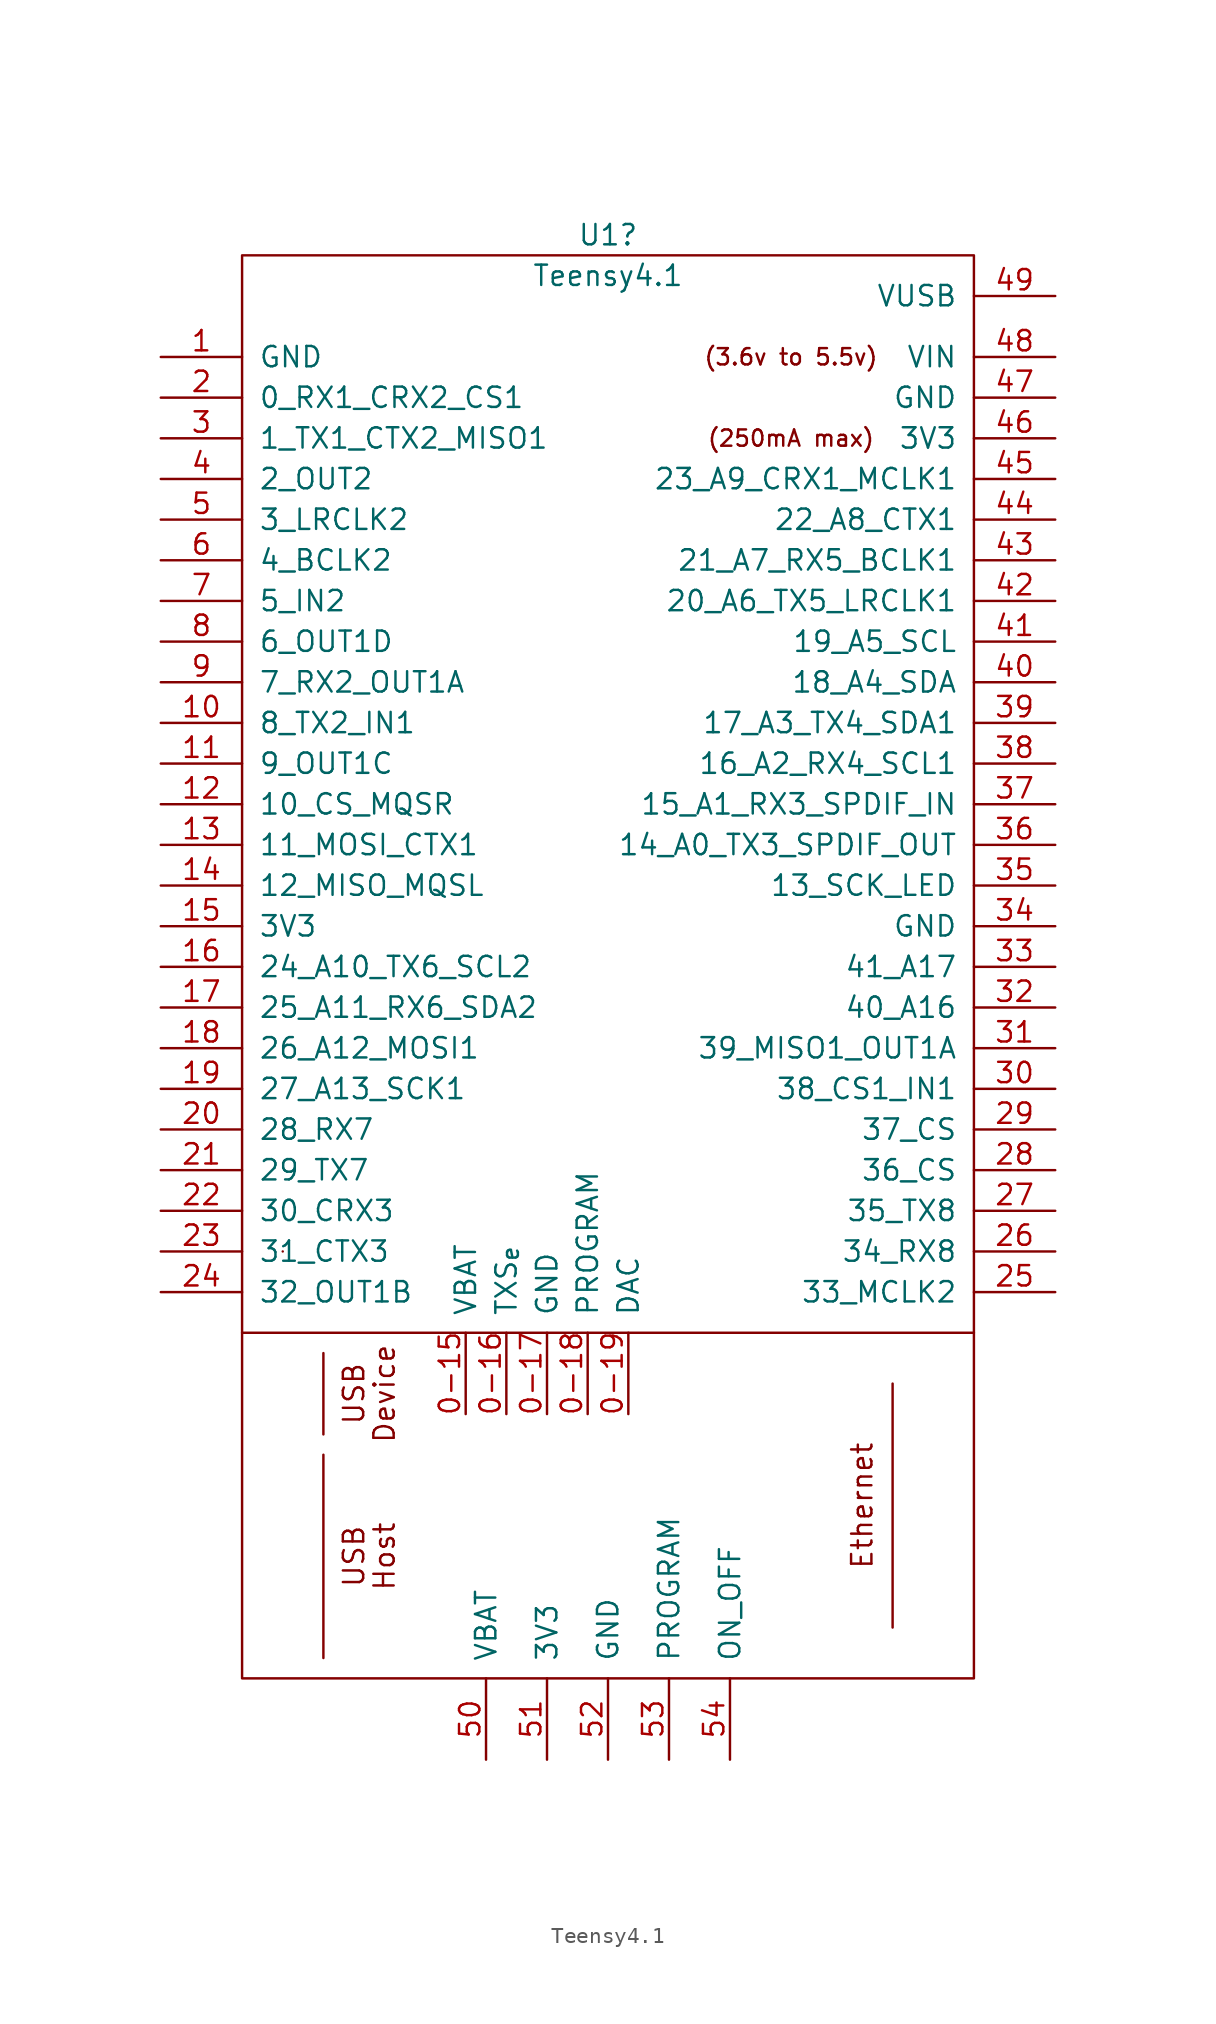
<source format=kicad_sym>
(kicad_symbol_lib
  (version 20211014)
  (generator kicad_symbol_editor)
  (symbol "Teensy4.1"
    (pin_names
      (offset 1.016))
    (property "Reference" "U1"
      (at 0 62.23 0)
      (effects (font (size 1.27 1.27))))
    (property "Value" "Teensy4.1"
      (at 0 59.69 0)
      (effects (font (size 1.27 1.27))))
    (symbol "Teensy4.1_0_0"
      (polyline (pts (xy -22.86 -6.35) (xy 22.86 -6.35)) (stroke (width 0) (type default) (color 0 0 0 0)) (fill (type none)))
      (polyline (pts (xy -17.78 -26.67) (xy -17.78 -13.97)) (stroke (width 0) (type default) (color 0 0 0 0)) (fill (type none)))
      (polyline (pts (xy -17.78 -7.62) (xy -17.78 -12.7)) (stroke (width 0) (type default) (color 0 0 0 0)) (fill (type none)))
      (polyline (pts (xy 17.78 -9.525) (xy 17.78 -24.765)) (stroke (width 0) (type default) (color 0 0 0 0)) (fill (type none)))
      (text "(250mA max)" (at 11.43 49.53 0) (effects (font (size 1.016 1.016))))
      (text "(3.6v to 5.5v)" (at 11.43 54.61 0) (effects (font (size 1.016 1.016))))
      (text "Device" (at -13.97 -10.16 900) (effects (font (size 1.27 1.27))))
      (text "Ethernet" (at 15.875 -17.145 900) (effects (font (size 1.27 1.27))))
      (text "Host" (at -13.97 -20.32 900) (effects (font (size 1.27 1.27))))
      (text "USB" (at -15.875 -20.32 900) (effects (font (size 1.27 1.27))))
      (text "USB" (at -15.875 -10.16 900) (effects (font (size 1.27 1.27))))
      (pin bidirectional line (at -8.89 -11.43 90) (length 5.08) (name "VBAT" (effects (font (size 1.27 1.27)))) (number "0-15" (effects (font (size 1.27 1.27)))))
      (pin bidirectional line (at -6.35 -11.43 90) (length 5.08) (name "TXS_{e}" (effects (font (size 1.27 1.27)))) (number "0-16" (effects (font (size 1.27 1.27)))))
      (pin bidirectional line (at -3.81 -11.43 90) (length 5.08) (name "GND" (effects (font (size 1.27 1.27)))) (number "0-17" (effects (font (size 1.27 1.27)))))
      (pin bidirectional line (at -1.27 -11.43 90) (length 5.08) (name "PROGRAM" (effects (font (size 1.27 1.27)))) (number "0-18" (effects (font (size 1.27 1.27)))))
      (pin bidirectional line (at 1.27 -11.43 90) (length 5.08) (name "DAC" (effects (font (size 1.27 1.27)))) (number "0-19" (effects (font (size 1.27 1.27)))))
      (pin bidirectional line (at -27.94 31.75 0) (length 5.08) (name "8_TX2_IN1" (effects (font (size 1.27 1.27)))) (number "10" (effects (font (size 1.27 1.27)))))
      (pin bidirectional line (at -27.94 29.21 0) (length 5.08) (name "9_OUT1C" (effects (font (size 1.27 1.27)))) (number "11" (effects (font (size 1.27 1.27)))))
      (pin bidirectional line (at -27.94 26.67 0) (length 5.08) (name "10_CS_MQSR" (effects (font (size 1.27 1.27)))) (number "12" (effects (font (size 1.27 1.27)))))
      (pin bidirectional line (at -27.94 24.13 0) (length 5.08) (name "11_MOSI_CTX1" (effects (font (size 1.27 1.27)))) (number "13" (effects (font (size 1.27 1.27)))))
      (pin bidirectional line (at -27.94 21.59 0) (length 5.08) (name "12_MISO_MQSL" (effects (font (size 1.27 1.27)))) (number "14" (effects (font (size 1.27 1.27)))))
      (pin power_in line (at -27.94 19.05 0) (length 5.08) (name "3V3" (effects (font (size 1.27 1.27)))) (number "15" (effects (font (size 1.27 1.27)))))
      (pin bidirectional line (at -27.94 16.51 0) (length 5.08) (name "24_A10_TX6_SCL2" (effects (font (size 1.27 1.27)))) (number "16" (effects (font (size 1.27 1.27)))))
      (pin bidirectional line (at -27.94 13.97 0) (length 5.08) (name "25_A11_RX6_SDA2" (effects (font (size 1.27 1.27)))) (number "17" (effects (font (size 1.27 1.27)))))
      (pin bidirectional line (at -27.94 11.43 0) (length 5.08) (name "26_A12_MOSI1" (effects (font (size 1.27 1.27)))) (number "18" (effects (font (size 1.27 1.27)))))
      (pin bidirectional line (at -27.94 8.89 0) (length 5.08) (name "27_A13_SCK1" (effects (font (size 1.27 1.27)))) (number "19" (effects (font (size 1.27 1.27)))))
      (pin bidirectional line (at -27.94 6.35 0) (length 5.08) (name "28_RX7" (effects (font (size 1.27 1.27)))) (number "20" (effects (font (size 1.27 1.27)))))
      (pin bidirectional line (at -27.94 3.81 0) (length 5.08) (name "29_TX7" (effects (font (size 1.27 1.27)))) (number "21" (effects (font (size 1.27 1.27)))))
      (pin bidirectional line (at -27.94 1.27 0) (length 5.08) (name "30_CRX3" (effects (font (size 1.27 1.27)))) (number "22" (effects (font (size 1.27 1.27)))))
      (pin bidirectional line (at -27.94 -1.27 0) (length 5.08) (name "31_CTX3" (effects (font (size 1.27 1.27)))) (number "23" (effects (font (size 1.27 1.27)))))
      (pin bidirectional line (at -27.94 -3.81 0) (length 5.08) (name "32_OUT1B" (effects (font (size 1.27 1.27)))) (number "24" (effects (font (size 1.27 1.27)))))
      (pin bidirectional line (at 27.94 -3.81 180) (length 5.08) (name "33_MCLK2" (effects (font (size 1.27 1.27)))) (number "25" (effects (font (size 1.27 1.27)))))
      (pin bidirectional line (at 27.94 -1.27 180) (length 5.08) (name "34_RX8" (effects (font (size 1.27 1.27)))) (number "26" (effects (font (size 1.27 1.27)))))
      (pin bidirectional line (at 27.94 1.27 180) (length 5.08) (name "35_TX8" (effects (font (size 1.27 1.27)))) (number "27" (effects (font (size 1.27 1.27)))))
      (pin bidirectional line (at 27.94 3.81 180) (length 5.08) (name "36_CS" (effects (font (size 1.27 1.27)))) (number "28" (effects (font (size 1.27 1.27)))))
      (pin bidirectional line (at 27.94 6.35 180) (length 5.08) (name "37_CS" (effects (font (size 1.27 1.27)))) (number "29" (effects (font (size 1.27 1.27)))))
      (pin bidirectional line (at 27.94 8.89 180) (length 5.08) (name "38_CS1_IN1" (effects (font (size 1.27 1.27)))) (number "30" (effects (font (size 1.27 1.27)))))
      (pin bidirectional line (at 27.94 11.43 180) (length 5.08) (name "39_MISO1_OUT1A" (effects (font (size 1.27 1.27)))) (number "31" (effects (font (size 1.27 1.27)))))
      (pin bidirectional line (at 27.94 13.97 180) (length 5.08) (name "40_A16" (effects (font (size 1.27 1.27)))) (number "32" (effects (font (size 1.27 1.27)))))
      (pin bidirectional line (at 27.94 16.51 180) (length 5.08) (name "41_A17" (effects (font (size 1.27 1.27)))) (number "33" (effects (font (size 1.27 1.27)))))
      (pin bidirectional line (at 27.94 21.59 180) (length 5.08) (name "13_SCK_LED" (effects (font (size 1.27 1.27)))) (number "35" (effects (font (size 1.27 1.27)))))
      (pin bidirectional line (at 27.94 24.13 180) (length 5.08) (name "14_A0_TX3_SPDIF_OUT" (effects (font (size 1.27 1.27)))) (number "36" (effects (font (size 1.27 1.27)))))
      (pin bidirectional line (at 27.94 26.67 180) (length 5.08) (name "15_A1_RX3_SPDIF_IN" (effects (font (size 1.27 1.27)))) (number "37" (effects (font (size 1.27 1.27)))))
      (pin bidirectional line (at 27.94 29.21 180) (length 5.08) (name "16_A2_RX4_SCL1" (effects (font (size 1.27 1.27)))) (number "38" (effects (font (size 1.27 1.27)))))
      (pin bidirectional line (at 27.94 31.75 180) (length 5.08) (name "17_A3_TX4_SDA1" (effects (font (size 1.27 1.27)))) (number "39" (effects (font (size 1.27 1.27)))))
      (pin bidirectional line (at 27.94 34.29 180) (length 5.08) (name "18_A4_SDA" (effects (font (size 1.27 1.27)))) (number "40" (effects (font (size 1.27 1.27)))))
      (pin bidirectional line (at 27.94 36.83 180) (length 5.08) (name "19_A5_SCL" (effects (font (size 1.27 1.27)))) (number "41" (effects (font (size 1.27 1.27)))))
      (pin bidirectional line (at 27.94 39.37 180) (length 5.08) (name "20_A6_TX5_LRCLK1" (effects (font (size 1.27 1.27)))) (number "42" (effects (font (size 1.27 1.27)))))
      (pin bidirectional line (at 27.94 41.91 180) (length 5.08) (name "21_A7_RX5_BCLK1" (effects (font (size 1.27 1.27)))) (number "43" (effects (font (size 1.27 1.27)))))
      (pin bidirectional line (at 27.94 44.45 180) (length 5.08) (name "22_A8_CTX1" (effects (font (size 1.27 1.27)))) (number "44" (effects (font (size 1.27 1.27)))))
      (pin bidirectional line (at 27.94 46.99 180) (length 5.08) (name "23_A9_CRX1_MCLK1" (effects (font (size 1.27 1.27)))) (number "45" (effects (font (size 1.27 1.27)))))
      (pin output line (at 27.94 49.53 180) (length 5.08) (name "3V3" (effects (font (size 1.27 1.27)))) (number "46" (effects (font (size 1.27 1.27)))))
      (pin output line (at 27.94 52.07 180) (length 5.08) (name "GND" (effects (font (size 1.27 1.27)))) (number "47" (effects (font (size 1.27 1.27)))))
      (pin power_in line (at 27.94 54.61 180) (length 5.08) (name "VIN" (effects (font (size 1.27 1.27)))) (number "48" (effects (font (size 1.27 1.27)))))
      (pin power_out line (at 27.94 58.42 180) (length 5.08) (name "VUSB" (effects (font (size 1.27 1.27)))) (number "49" (effects (font (size 1.27 1.27)))))
      (pin bidirectional line (at -27.94 44.45 0) (length 5.08) (name "3_LRCLK2" (effects (font (size 1.27 1.27)))) (number "5" (effects (font (size 1.27 1.27)))))
      (pin power_in line (at -7.62 -33.02 90) (length 5.08) (name "VBAT" (effects (font (size 1.27 1.27)))) (number "50" (effects (font (size 1.27 1.27)))))
      (pin power_in line (at -3.81 -33.02 90) (length 5.08) (name "3V3" (effects (font (size 1.27 1.27)))) (number "51" (effects (font (size 1.27 1.27)))))
      (pin input line (at 0 -33.02 90) (length 5.08) (name "GND" (effects (font (size 1.27 1.27)))) (number "52" (effects (font (size 1.27 1.27)))))
      (pin input line (at 3.81 -33.02 90) (length 5.08) (name "PROGRAM" (effects (font (size 1.27 1.27)))) (number "53" (effects (font (size 1.27 1.27)))))
      (pin input line (at 7.62 -33.02 90) (length 5.08) (name "ON_OFF" (effects (font (size 1.27 1.27)))) (number "54" (effects (font (size 1.27 1.27)))))
      (pin bidirectional line (at -27.94 41.91 0) (length 5.08) (name "4_BCLK2" (effects (font (size 1.27 1.27)))) (number "6" (effects (font (size 1.27 1.27)))))
      (pin bidirectional line (at -27.94 39.37 0) (length 5.08) (name "5_IN2" (effects (font (size 1.27 1.27)))) (number "7" (effects (font (size 1.27 1.27)))))
      (pin bidirectional line (at -27.94 36.83 0) (length 5.08) (name "6_OUT1D" (effects (font (size 1.27 1.27)))) (number "8" (effects (font (size 1.27 1.27)))))
      (pin bidirectional line (at -27.94 34.29 0) (length 5.08) (name "7_RX2_OUT1A" (effects (font (size 1.27 1.27)))) (number "9" (effects (font (size 1.27 1.27))))))
    (symbol "Teensy4.1_0_1"
      (rectangle (start -22.86 60.96) (end 22.86 -27.94) (stroke (width 0) (type default) (color 0 0 0 0)) (fill (type none)))
      (rectangle (start -20.32 -1.27) (end -20.32 -1.27) (stroke (width 0) (type default) (color 0 0 0 0)) (fill (type none))))
    (symbol "Teensy4.1_1_1"
      (pin power_in line (at -27.94 54.61 0) (length 5.08) (name "GND" (effects (font (size 1.27 1.27)))) (number "1" (effects (font (size 1.27 1.27)))))
      (pin bidirectional line (at -27.94 52.07 0) (length 5.08) (name "0_RX1_CRX2_CS1" (effects (font (size 1.27 1.27)))) (number "2" (effects (font (size 1.27 1.27)))))
      (pin bidirectional line (at -27.94 49.53 0) (length 5.08) (name "1_TX1_CTX2_MISO1" (effects (font (size 1.27 1.27)))) (number "3" (effects (font (size 1.27 1.27)))))
      (pin power_in line (at 27.94 19.05 180) (length 5.08) (name "GND" (effects (font (size 1.27 1.27)))) (number "34" (effects (font (size 1.27 1.27)))))
      (pin bidirectional line (at -27.94 46.99 0) (length 5.08) (name "2_OUT2" (effects (font (size 1.27 1.27)))) (number "4" (effects (font (size 1.27 1.27))))))))
</source>
